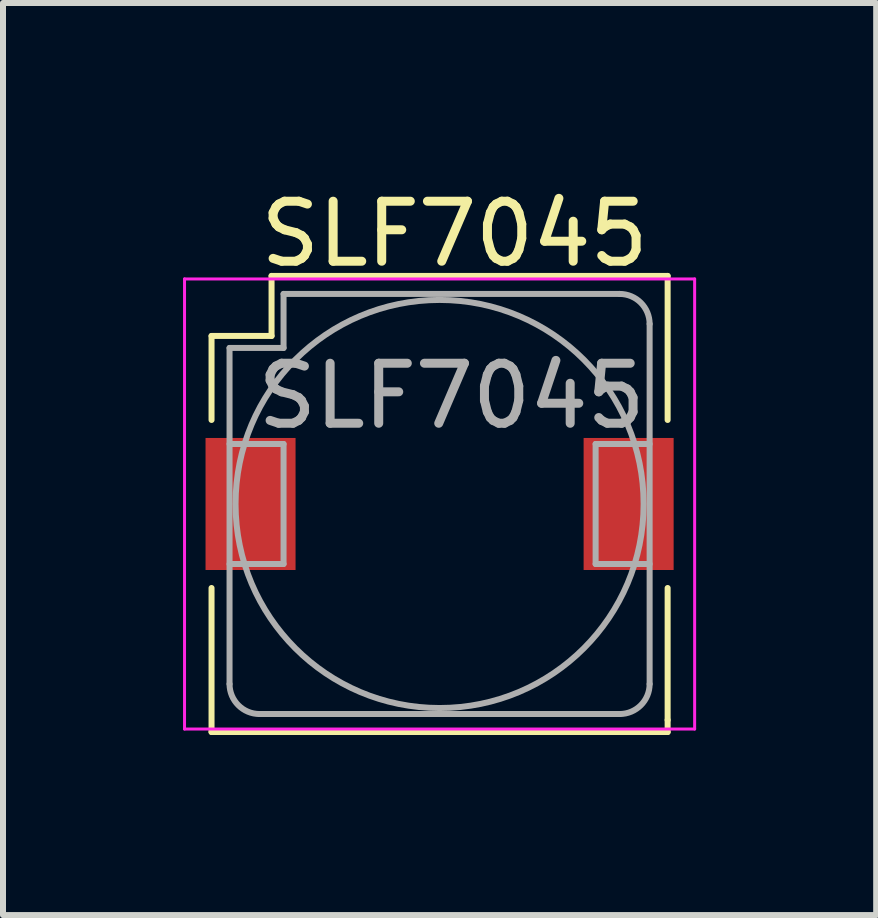
<source format=kicad_pcb>
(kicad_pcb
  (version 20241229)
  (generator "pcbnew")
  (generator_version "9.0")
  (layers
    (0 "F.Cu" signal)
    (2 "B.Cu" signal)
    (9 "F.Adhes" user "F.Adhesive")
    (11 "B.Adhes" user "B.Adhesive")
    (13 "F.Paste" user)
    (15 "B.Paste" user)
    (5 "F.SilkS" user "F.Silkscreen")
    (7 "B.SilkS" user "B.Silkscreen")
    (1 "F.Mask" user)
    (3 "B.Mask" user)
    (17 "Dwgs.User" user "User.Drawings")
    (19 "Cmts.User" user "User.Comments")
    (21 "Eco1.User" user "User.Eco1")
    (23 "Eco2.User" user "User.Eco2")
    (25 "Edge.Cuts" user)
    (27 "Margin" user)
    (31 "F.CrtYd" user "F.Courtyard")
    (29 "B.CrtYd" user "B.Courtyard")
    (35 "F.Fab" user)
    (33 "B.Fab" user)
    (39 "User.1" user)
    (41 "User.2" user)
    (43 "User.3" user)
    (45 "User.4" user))
  (footprint "SLF7045"
    (layer "F.Cu")
    (at 4.275 5.348)
    (property "Reference" "SLF7045" (at 0.25 -4.5 0) (layer "F.SilkS") (effects (font (size 1 1) (thickness 0.15))))
    (attr smd)
    (fp_line (start -3.8 -2.8) (end -2.8 -2.8) (stroke (width 0.1) (type solid)) (layer "F.SilkS"))
    (fp_line (start -3.8 -1.4) (end -3.8 -2.8) (stroke (width 0.1) (type solid)) (layer "F.SilkS"))
    (fp_line (start -3.8 3.8) (end -3.8 1.4) (stroke (width 0.1) (type solid)) (layer "F.SilkS"))
    (fp_line (start -2.8 -3.8) (end 3.8 -3.8) (stroke (width 0.1) (type solid)) (layer "F.SilkS"))
    (fp_line (start -2.8 -2.8) (end -2.8 -3.8) (stroke (width 0.1) (type solid)) (layer "F.SilkS"))
    (fp_line (start 3.8 -3.8) (end 3.8 -1.4) (stroke (width 0.1) (type solid)) (layer "F.SilkS"))
    (fp_line (start 3.8 1.4) (end 3.8 3.6) (stroke (width 0.1) (type solid)) (layer "F.SilkS"))
    (fp_line (start 3.8 3.6) (end 3.8 3.8) (stroke (width 0.1) (type solid)) (layer "F.SilkS"))
    (fp_line (start 3.8 3.8) (end -3.8 3.8) (stroke (width 0.1) (type solid)) (layer "F.SilkS"))
    (fp_line (start -4.25 -3.75) (end -4.25 3.75) (stroke (width 0.05) (type solid)) (layer "F.CrtYd"))
    (fp_line (start -4.25 3.75) (end 4.25 3.75) (stroke (width 0.05) (type solid)) (layer "F.CrtYd"))
    (fp_line (start 4.25 -3.75) (end -4.25 -3.75) (stroke (width 0.05) (type solid)) (layer "F.CrtYd"))
    (fp_line (start 4.25 3.75) (end 4.25 -3.75) (stroke (width 0.05) (type solid)) (layer "F.CrtYd"))
    (fp_line (start -3.5 -1) (end -2.6 -1) (stroke (width 0.1) (type solid)) (layer "F.Fab"))
    (fp_line (start -3.5 3) (end -3.5 -2.6) (stroke (width 0.1) (type solid)) (layer "F.Fab"))
    (fp_line (start -2.6 -3.5) (end -2.6 -2.6) (stroke (width 0.1) (type solid)) (layer "F.Fab"))
    (fp_line (start -2.6 -3.5) (end 3 -3.5) (stroke (width 0.1) (type solid)) (layer "F.Fab"))
    (fp_line (start -2.6 -2.6) (end -3.5 -2.6) (stroke (width 0.1) (type solid)) (layer "F.Fab"))
    (fp_line (start -2.6 -1) (end -2.6 1) (stroke (width 0.1) (type solid)) (layer "F.Fab"))
    (fp_line (start -2.6 1) (end -3.5 1) (stroke (width 0.1) (type solid)) (layer "F.Fab"))
    (fp_line (start 2.6 -1) (end 2.6 1) (stroke (width 0.1) (type solid)) (layer "F.Fab"))
    (fp_line (start 2.6 1) (end 3.5 1) (stroke (width 0.1) (type solid)) (layer "F.Fab"))
    (fp_line (start 3 3.5) (end -3 3.5) (stroke (width 0.1) (type solid)) (layer "F.Fab"))
    (fp_line (start 3.5 -3) (end 3.5 3) (stroke (width 0.1) (type solid)) (layer "F.Fab"))
    (fp_line (start 3.5 -1) (end 2.6 -1) (stroke (width 0.1) (type solid)) (layer "F.Fab"))
    (fp_arc (start -3 3.5) (mid -3.353553 3.353553) (end -3.5 3) (stroke (width 0.1) (type solid)) (layer "F.Fab"))
    (fp_arc (start 3 -3.5) (mid 3.353553 -3.353553) (end 3.5 -3) (stroke (width 0.1) (type solid)) (layer "F.Fab"))
    (fp_arc (start 3.5 3) (mid 3.353553 3.353553) (end 3 3.5) (stroke (width 0.1) (type solid)) (layer "F.Fab"))
    (fp_circle (center 0 0) (end 0 3.4) (stroke (width 0.1) (type solid)) (fill no) (layer "F.Fab"))
    (fp_text user "${REFERENCE}" (at 0.2 -1.8 0) (layer "F.Fab") (effects (font (size 1 1) (thickness 0.15))))
    (pad "1" smd rect (at -3.15 0) (size 1.5 2.2) (layers "F.Cu" "F.Mask" "F.Paste"))
    (pad "2" smd rect (at 3.15 0) (size 1.5 2.2) (layers "F.Cu" "F.Mask" "F.Paste")))
  (gr_rect
    (start -3 -3)
    (end 11.55 12.198)
    (stroke (width 0.1) (type default))
    (fill no)
    (layer "Edge.Cuts")))
</source>
